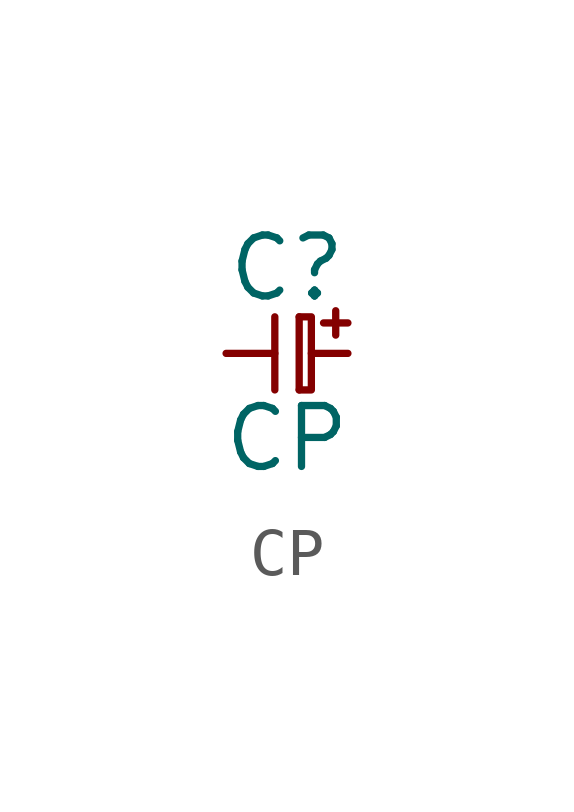
<source format=kicad_sym>
(kicad_symbol_lib
  (version 20211014)
  (generator kicad_symbol_editor)
  (symbol "CP"
    (pin_numbers hide)
    (pin_names
      (offset 1.016) hide)
    (property "Reference" "C"
      (at 1.27 1.778 0)
      (effects (font (size 1.27 1.27))))
    (property "Value" "CP"
      (at 1.27 -1.778 0)
      (effects (font (size 1.27 1.27))))
    (symbol "CP_0_1"
      (polyline (pts (xy 1.016 0.762) (xy 1.016 -0.762)) (stroke (width 0) (type default) (color 0 0 0 0)) (fill (type none)))
      (polyline (pts (xy 1.524 0.762) (xy 1.524 -0.762)) (stroke (width 0) (type default) (color 0 0 0 0)) (fill (type none)))
      (polyline (pts (xy 2.032 0.635) (xy 2.54 0.635)) (stroke (width 0) (type default) (color 0 0 0 0)) (fill (type none)))
      (polyline (pts (xy 2.286 0.889) (xy 2.286 0.381)) (stroke (width 0) (type default) (color 0 0 0 0)) (fill (type none)))
      (polyline (pts (xy 1.524 0.762) (xy 1.778 0.762) (xy 1.778 -0.762) (xy 1.524 -0.762)) (stroke (width 0) (type default) (color 0 0 0 0)) (fill (type none))))
    (symbol "CP_1_1"
      (pin passive line (at 0 0 0) (length 1.016) (name "~" (effects (font (size 1.27 1.27)))) (number "1" (effects (font (size 1.27 1.27)))))
      (pin passive line (at 2.54 0 180) (length 0.762) (name "~" (effects (font (size 1.27 1.27)))) (number "2" (effects (font (size 1.27 1.27))))))))
</source>
